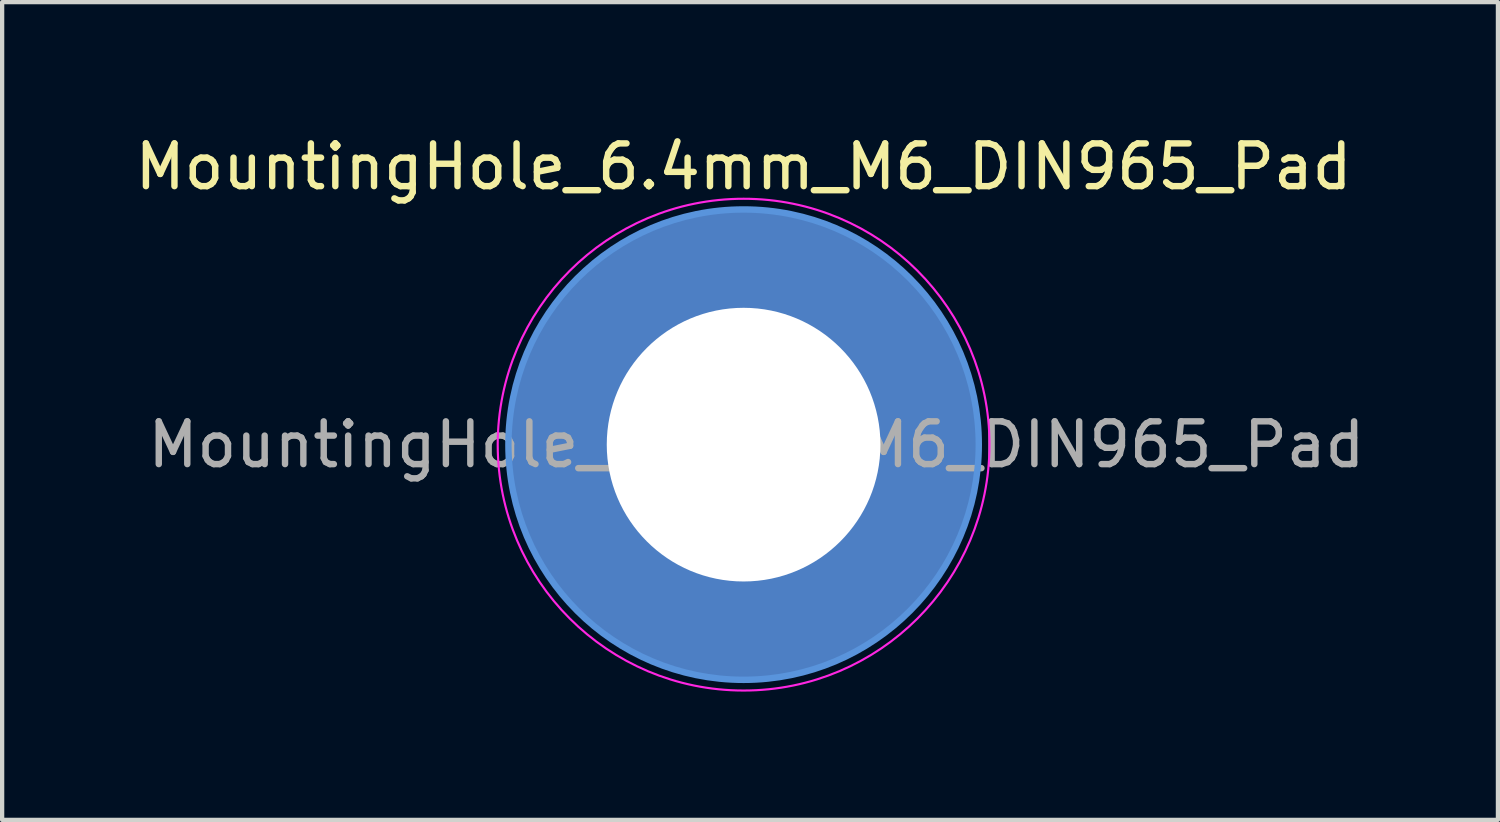
<source format=kicad_pcb>
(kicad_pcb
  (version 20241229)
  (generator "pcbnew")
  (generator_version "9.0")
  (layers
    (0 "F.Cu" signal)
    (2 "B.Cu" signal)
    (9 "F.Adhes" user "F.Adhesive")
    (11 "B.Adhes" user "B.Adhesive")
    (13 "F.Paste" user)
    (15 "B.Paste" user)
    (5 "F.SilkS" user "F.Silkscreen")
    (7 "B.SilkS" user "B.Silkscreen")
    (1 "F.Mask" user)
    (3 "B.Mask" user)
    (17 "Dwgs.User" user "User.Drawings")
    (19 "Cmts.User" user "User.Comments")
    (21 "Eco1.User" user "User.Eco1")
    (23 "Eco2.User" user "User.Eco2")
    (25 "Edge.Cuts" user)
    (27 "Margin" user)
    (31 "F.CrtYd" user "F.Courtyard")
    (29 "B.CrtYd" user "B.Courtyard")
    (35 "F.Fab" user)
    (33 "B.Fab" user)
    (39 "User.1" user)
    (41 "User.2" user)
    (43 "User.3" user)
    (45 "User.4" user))
  (footprint "MountingHole_6.4mm_M6_DIN965_Pad"
    (layer "F.Cu")
    (at 14.339 7.348)
    (property "Reference" "MountingHole_6.4mm_M6_DIN965_Pad" (at 0 -6.5 0) (layer "F.SilkS") (effects (font (size 1 1) (thickness 0.15))))
    (attr exclude_from_pos_files exclude_from_bom)
    (fp_circle (center 0 0) (end 5.5 0) (stroke (width 0.15) (type solid)) (fill no) (layer "Cmts.User"))
    (fp_circle (center 0 0) (end 5.75 0) (stroke (width 0.05) (type solid)) (fill no) (layer "F.CrtYd"))
    (fp_text user "${REFERENCE}" (at 0.3 0 0) (layer "F.Fab") (effects (font (size 1 1) (thickness 0.15))))
    (pad "1" thru_hole circle (at 0 0) (size 11 11) (drill 6.4) (layers "*.Cu" "*.Mask")))
  (gr_rect
    (start -3 -3)
    (end 31.979 16.123)
    (stroke (width 0.1) (type default))
    (fill no)
    (layer "Edge.Cuts")))
</source>
